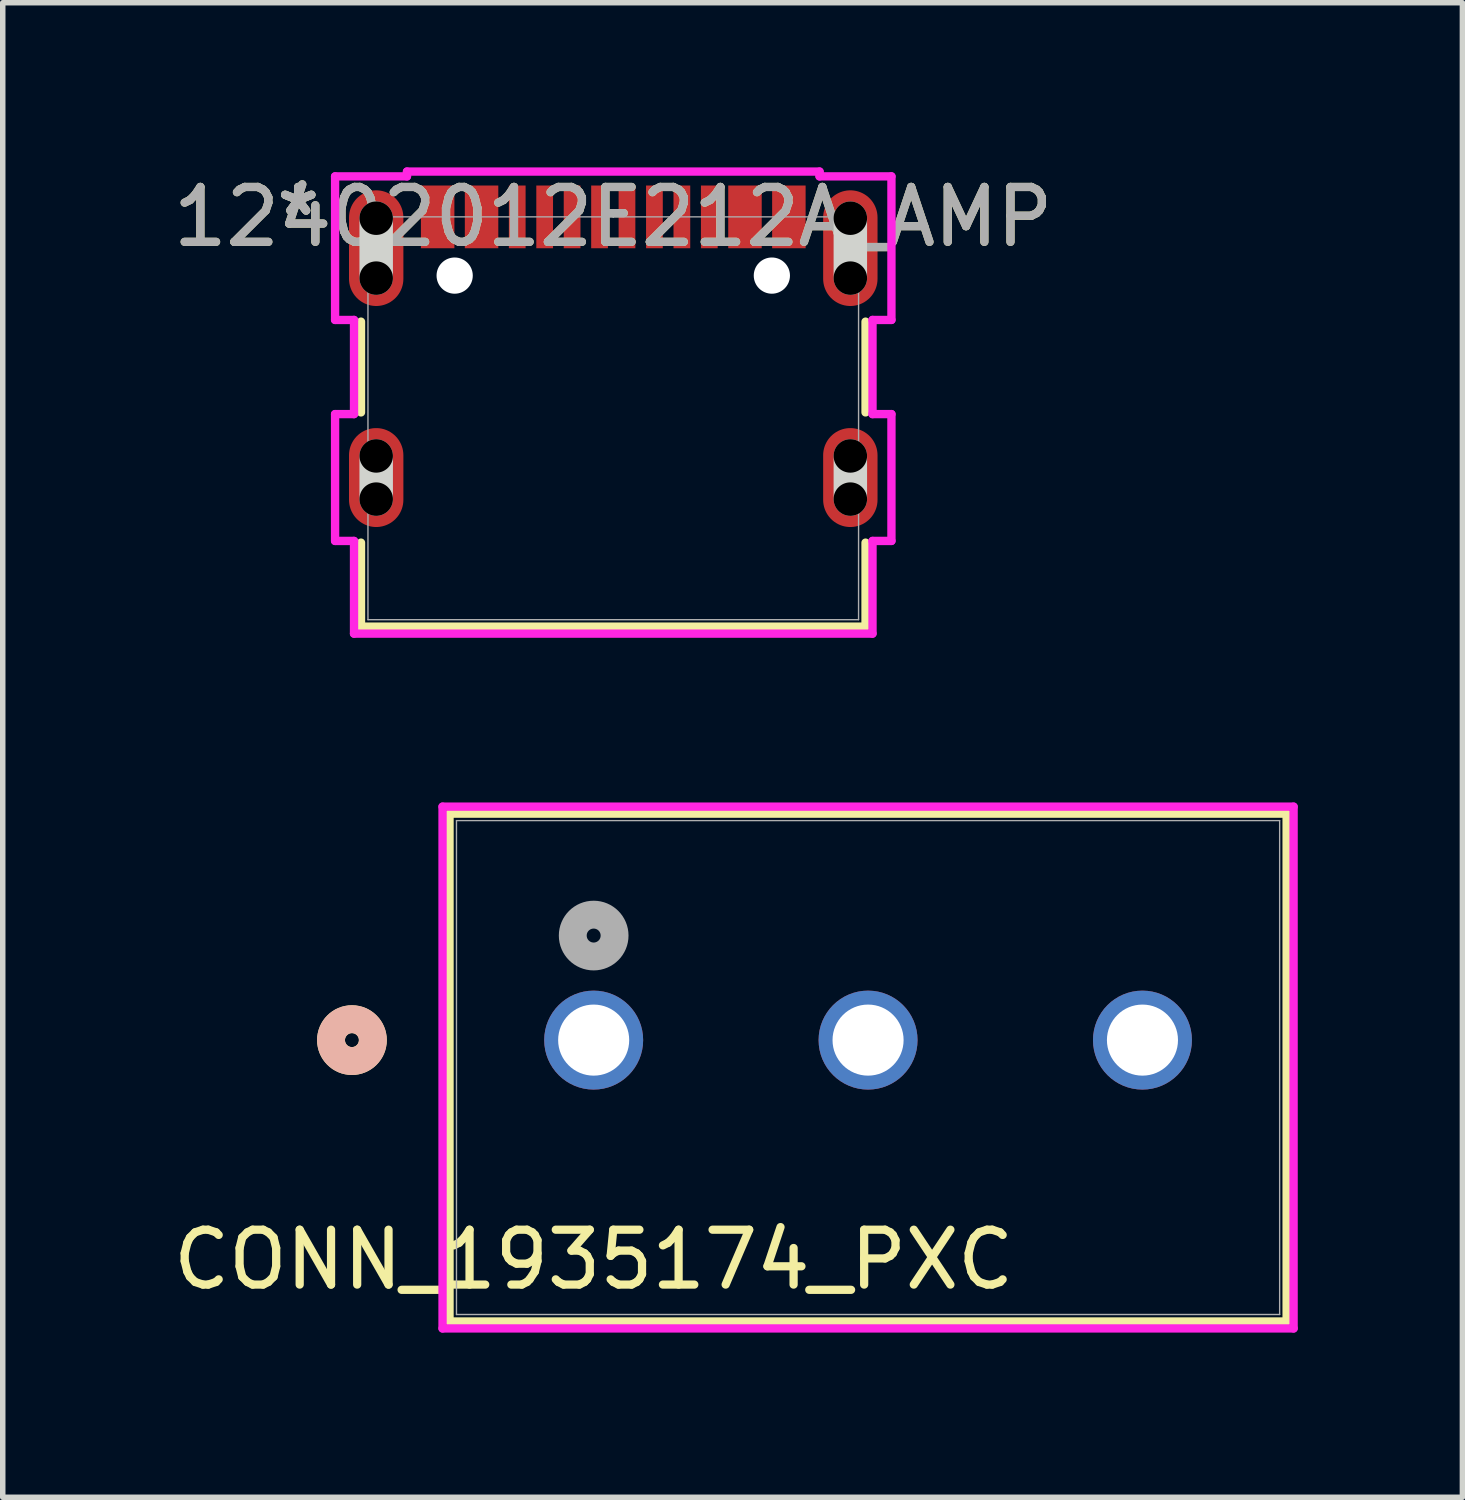
<source format=kicad_pcb>
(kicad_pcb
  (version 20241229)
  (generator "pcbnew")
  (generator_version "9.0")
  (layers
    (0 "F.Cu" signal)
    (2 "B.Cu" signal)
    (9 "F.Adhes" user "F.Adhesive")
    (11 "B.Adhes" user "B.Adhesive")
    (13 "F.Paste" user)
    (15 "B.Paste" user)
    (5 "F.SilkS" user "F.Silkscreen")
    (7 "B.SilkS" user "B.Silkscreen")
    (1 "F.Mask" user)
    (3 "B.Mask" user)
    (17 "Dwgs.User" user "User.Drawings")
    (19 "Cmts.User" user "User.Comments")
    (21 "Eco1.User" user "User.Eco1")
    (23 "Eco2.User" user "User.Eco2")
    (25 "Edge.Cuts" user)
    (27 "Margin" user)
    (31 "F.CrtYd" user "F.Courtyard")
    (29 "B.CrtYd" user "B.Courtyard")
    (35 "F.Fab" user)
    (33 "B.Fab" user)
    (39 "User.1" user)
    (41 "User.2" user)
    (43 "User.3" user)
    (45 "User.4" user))
  (footprint "CONN_1935174_PXC"
    (layer "F.Cu")
    (at 7.768 15.903)
    (property "Reference" "CONN_1935174_PXC" (at 0 4 0) (unlocked yes) (layer "F.SilkS") (effects (font (size 1 1) (thickness 0.15))))
    (attr through_hole)
    (fp_line (start -2.627 -4.127) (end -2.627 5.127) (stroke (width 0.152) (type solid)) (layer "F.SilkS"))
    (fp_line (start -2.627 5.127) (end 12.627 5.127) (stroke (width 0.152) (type solid)) (layer "F.SilkS"))
    (fp_line (start 12.627 -4.127) (end -2.627 -4.127) (stroke (width 0.152) (type solid)) (layer "F.SilkS"))
    (fp_line (start 12.627 5.127) (end 12.627 -4.127) (stroke (width 0.152) (type solid)) (layer "F.SilkS"))
    (fp_circle (center -4.405 0) (end -4.024 0) (stroke (width 0.508) (type solid)) (fill no) (layer "F.SilkS"))
    (fp_circle (center -4.405 0) (end -4.024 0) (stroke (width 0.508) (type solid)) (fill no) (layer "B.SilkS"))
    (fp_line (start -2.754 -4.254) (end -2.754 5.254) (stroke (width 0.152) (type solid)) (layer "F.CrtYd"))
    (fp_line (start -2.754 5.254) (end 12.754 5.254) (stroke (width 0.152) (type solid)) (layer "F.CrtYd"))
    (fp_line (start 12.754 -4.254) (end -2.754 -4.254) (stroke (width 0.152) (type solid)) (layer "F.CrtYd"))
    (fp_line (start 12.754 5.254) (end 12.754 -4.254) (stroke (width 0.152) (type solid)) (layer "F.CrtYd"))
    (fp_line (start -2.5 -4) (end -2.5 5) (stroke (width 0.025) (type solid)) (layer "F.Fab"))
    (fp_line (start -2.5 5) (end 12.5 5) (stroke (width 0.025) (type solid)) (layer "F.Fab"))
    (fp_line (start 12.5 -4) (end -2.5 -4) (stroke (width 0.025) (type solid)) (layer "F.Fab"))
    (fp_line (start 12.5 5) (end 12.5 -4) (stroke (width 0.025) (type solid)) (layer "F.Fab"))
    (fp_circle (center 0 -1.905) (end 0.381 -1.905) (stroke (width 0.508) (type solid)) (fill no) (layer "F.Fab"))
    (pad "1" thru_hole circle (at 0 0) (size 1.803 1.803) (drill 1.295) (layers "*.Cu" "*.Mask"))
    (pad "2" thru_hole circle (at 5 0) (size 1.803 1.803) (drill 1.295) (layers "*.Cu" "*.Mask"))
    (pad "3" thru_hole circle (at 10 0) (size 1.803 1.803) (drill 1.295) (layers "*.Cu" "*.Mask")))
  (footprint "12402012E212A_AMP"
    (layer "F.Cu")
    (at 8.125 4.572)
    (property "Reference" "12402012E212A_AMP" (at 0 -3.67 0) (unlocked yes) (layer "F.SilkS") (effects (font (size 1 1) (thickness 0.15))))
    (attr smd)
    (fp_line (start -4.597 -1.761) (end -4.597 -0.107) (stroke (width 0.152) (type solid)) (layer "F.SilkS"))
    (fp_line (start -4.597 2.266) (end -4.597 3.797) (stroke (width 0.152) (type solid)) (layer "F.SilkS"))
    (fp_line (start -4.597 3.797) (end 4.597 3.797) (stroke (width 0.152) (type solid)) (layer "F.SilkS"))
    (fp_line (start 4.597 -0.107) (end 4.597 -1.761) (stroke (width 0.152) (type solid)) (layer "F.SilkS"))
    (fp_line (start 4.597 3.797) (end 4.597 2.266) (stroke (width 0.152) (type solid)) (layer "F.SilkS"))
    (fp_line (start -4.32 -2.554) (end -4.32 -3.646) (stroke (width 0.61) (type solid)) (layer "Edge.Cuts"))
    (fp_line (start -4.32 1.473) (end -4.32 0.686) (stroke (width 0.61) (type solid)) (layer "Edge.Cuts"))
    (fp_line (start 4.32 -2.554) (end 4.32 -3.646) (stroke (width 0.61) (type solid)) (layer "Edge.Cuts"))
    (fp_line (start 4.32 1.473) (end 4.32 0.686) (stroke (width 0.61) (type solid)) (layer "Edge.Cuts"))
    (fp_line (start -5.069 -4.408) (end -5.069 -1.792) (stroke (width 0.152) (type solid)) (layer "F.CrtYd"))
    (fp_line (start -5.069 -1.792) (end -4.724 -1.792) (stroke (width 0.152) (type solid)) (layer "F.CrtYd"))
    (fp_line (start -5.069 -0.076) (end -5.069 2.235) (stroke (width 0.152) (type solid)) (layer "F.CrtYd"))
    (fp_line (start -5.069 2.235) (end -4.724 2.235) (stroke (width 0.152) (type solid)) (layer "F.CrtYd"))
    (fp_line (start -4.724 -1.792) (end -4.724 -0.076) (stroke (width 0.152) (type solid)) (layer "F.CrtYd"))
    (fp_line (start -4.724 -0.076) (end -5.069 -0.076) (stroke (width 0.152) (type solid)) (layer "F.CrtYd"))
    (fp_line (start -4.724 2.235) (end -4.724 3.924) (stroke (width 0.152) (type solid)) (layer "F.CrtYd"))
    (fp_line (start -4.724 3.924) (end 4.724 3.924) (stroke (width 0.152) (type solid)) (layer "F.CrtYd"))
    (fp_line (start -3.759 -4.496) (end -3.759 -4.408) (stroke (width 0.152) (type solid)) (layer "F.CrtYd"))
    (fp_line (start -3.759 -4.408) (end -5.069 -4.408) (stroke (width 0.152) (type solid)) (layer "F.CrtYd"))
    (fp_line (start 3.759 -4.496) (end -3.759 -4.496) (stroke (width 0.152) (type solid)) (layer "F.CrtYd"))
    (fp_line (start 3.759 -4.408) (end 3.759 -4.496) (stroke (width 0.152) (type solid)) (layer "F.CrtYd"))
    (fp_line (start 4.724 -1.792) (end 5.069 -1.792) (stroke (width 0.152) (type solid)) (layer "F.CrtYd"))
    (fp_line (start 4.724 -0.076) (end 4.724 -1.792) (stroke (width 0.152) (type solid)) (layer "F.CrtYd"))
    (fp_line (start 4.724 2.235) (end 5.069 2.235) (stroke (width 0.152) (type solid)) (layer "F.CrtYd"))
    (fp_line (start 4.724 3.924) (end 4.724 2.235) (stroke (width 0.152) (type solid)) (layer "F.CrtYd"))
    (fp_line (start 5.069 -4.408) (end 3.759 -4.408) (stroke (width 0.152) (type solid)) (layer "F.CrtYd"))
    (fp_line (start 5.069 -1.792) (end 5.069 -4.408) (stroke (width 0.152) (type solid)) (layer "F.CrtYd"))
    (fp_line (start 5.069 -0.076) (end 4.724 -0.076) (stroke (width 0.152) (type solid)) (layer "F.CrtYd"))
    (fp_line (start 5.069 2.235) (end 5.069 -0.076) (stroke (width 0.152) (type solid)) (layer "F.CrtYd"))
    (fp_line (start -4.47 -3.67) (end -4.47 3.67) (stroke (width 0.025) (type solid)) (layer "F.Fab"))
    (fp_line (start -4.47 3.67) (end 4.47 3.67) (stroke (width 0.025) (type solid)) (layer "F.Fab"))
    (fp_line (start 0 -3.67) (end 0 -3.67) (stroke (width 0.025) (type solid)) (layer "F.Fab"))
    (fp_line (start 0 -3.67) (end 0 -3.67) (stroke (width 0.025) (type solid)) (layer "F.Fab"))
    (fp_line (start 0 -3.67) (end 0 -3.67) (stroke (width 0.025) (type solid)) (layer "F.Fab"))
    (fp_line (start 0 -3.67) (end 0 -3.67) (stroke (width 0.025) (type solid)) (layer "F.Fab"))
    (fp_line (start 4.47 -3.67) (end -4.47 -3.67) (stroke (width 0.025) (type solid)) (layer "F.Fab"))
    (fp_line (start 4.47 3.67) (end 4.47 -3.67) (stroke (width 0.025) (type solid)) (layer "F.Fab"))
    (fp_text user "*" (at -5.74 -3.67 0) (layer "F.SilkS") (effects (font (size 1 1) (thickness 0.15))))
    (fp_text user "*" (at -5.74 -3.67 0) (unlocked yes) (layer "F.SilkS") (effects (font (size 1 1) (thickness 0.15))))
    (fp_text user "*" (at -5.74 -3.67 0) (layer "F.Fab") (effects (font (size 1 1) (thickness 0.15))))
    (fp_text user "${REFERENCE}" (at 0 -3.67 0) (unlocked yes) (layer "F.Fab") (effects (font (size 1 1) (thickness 0.15))))
    (fp_text user "*" (at -5.74 -3.67 0) (unlocked yes) (layer "F.Fab") (effects (font (size 1 1) (thickness 0.15))))
    (pad "" np_thru_hole circle (at -4.32 -3.646) (size 0.61 0.61) (drill 0.61) (layers))
    (pad "" np_thru_hole circle (at -4.32 -2.554) (size 0.61 0.61) (drill 0.61) (layers))
    (pad "" np_thru_hole circle (at -4.32 0.686) (size 0.61 0.61) (drill 0.61) (layers))
    (pad "" np_thru_hole circle (at -4.32 1.473) (size 0.61 0.61) (drill 0.61) (layers))
    (pad "" np_thru_hole circle (at -2.89 -2.6) (size 0.66 0.66) (drill 0.66) (layers "*.Cu" "*.Mask"))
    (pad "" np_thru_hole circle (at 2.89 -2.6) (size 0.66 0.66) (drill 0.66) (layers "*.Cu" "*.Mask"))
    (pad "" np_thru_hole circle (at 4.32 -3.646) (size 0.61 0.61) (drill 0.61) (layers))
    (pad "" np_thru_hole circle (at 4.32 -2.554) (size 0.61 0.61) (drill 0.61) (layers))
    (pad "" np_thru_hole circle (at 4.32 0.686) (size 0.61 0.61) (drill 0.61) (layers))
    (pad "" np_thru_hole circle (at 4.32 1.473) (size 0.61 0.61) (drill 0.61) (layers))
    (pad "13" smd oval (at -4.32 -3.1) (size 0.991 2.108) (layers "F.Cu" "F.Mask" "F.Paste"))
    (pad "14" smd oval (at 4.32 -3.1) (size 0.991 2.108) (layers "F.Cu" "F.Mask" "F.Paste"))
    (pad "15" smd oval (at -4.32 1.08) (size 0.991 1.803) (layers "F.Cu" "F.Mask" "F.Paste"))
    (pad "16" smd oval (at 4.32 1.08) (size 0.991 1.803) (layers "F.Cu" "F.Mask" "F.Paste"))
    (pad "A1-B12" smd rect (at -3.2 -3.67) (size 0.61 1.143) (layers "F.Cu" "F.Mask" "F.Paste"))
    (pad "A4-B9" smd rect (at -2.4 -3.67) (size 0.61 1.143) (layers "F.Cu" "F.Mask" "F.Paste"))
    (pad "A5" smd rect (at -1.25 -3.67) (size 0.305 1.143) (layers "F.Cu" "F.Mask" "F.Paste"))
    (pad "A6" smd rect (at -0.25 -3.67) (size 0.305 1.143) (layers "F.Cu" "F.Mask" "F.Paste"))
    (pad "A7" smd rect (at 0.25 -3.67) (size 0.305 1.143) (layers "F.Cu" "F.Mask" "F.Paste"))
    (pad "A8" smd rect (at 1.25 -3.67) (size 0.305 1.143) (layers "F.Cu" "F.Mask" "F.Paste"))
    (pad "B1-A12" smd rect (at 3.2 -3.67) (size 0.61 1.143) (layers "F.Cu" "F.Mask" "F.Paste"))
    (pad "B4-A9" smd rect (at 2.4 -3.67) (size 0.61 1.143) (layers "F.Cu" "F.Mask" "F.Paste"))
    (pad "B5" smd rect (at 1.75 -3.67) (size 0.305 1.143) (layers "F.Cu" "F.Mask" "F.Paste"))
    (pad "B6" smd rect (at 0.75 -3.67) (size 0.305 1.143) (layers "F.Cu" "F.Mask" "F.Paste"))
    (pad "B7" smd rect (at -0.75 -3.67) (size 0.305 1.143) (layers "F.Cu" "F.Mask" "F.Paste"))
    (pad "B8" smd rect (at -1.75 -3.67) (size 0.305 1.143) (layers "F.Cu" "F.Mask" "F.Paste")))
  (gr_rect
    (start -3 -3)
    (end 23.598 24.233)
    (stroke (width 0.1) (type default))
    (fill no)
    (layer "Edge.Cuts")))
</source>
